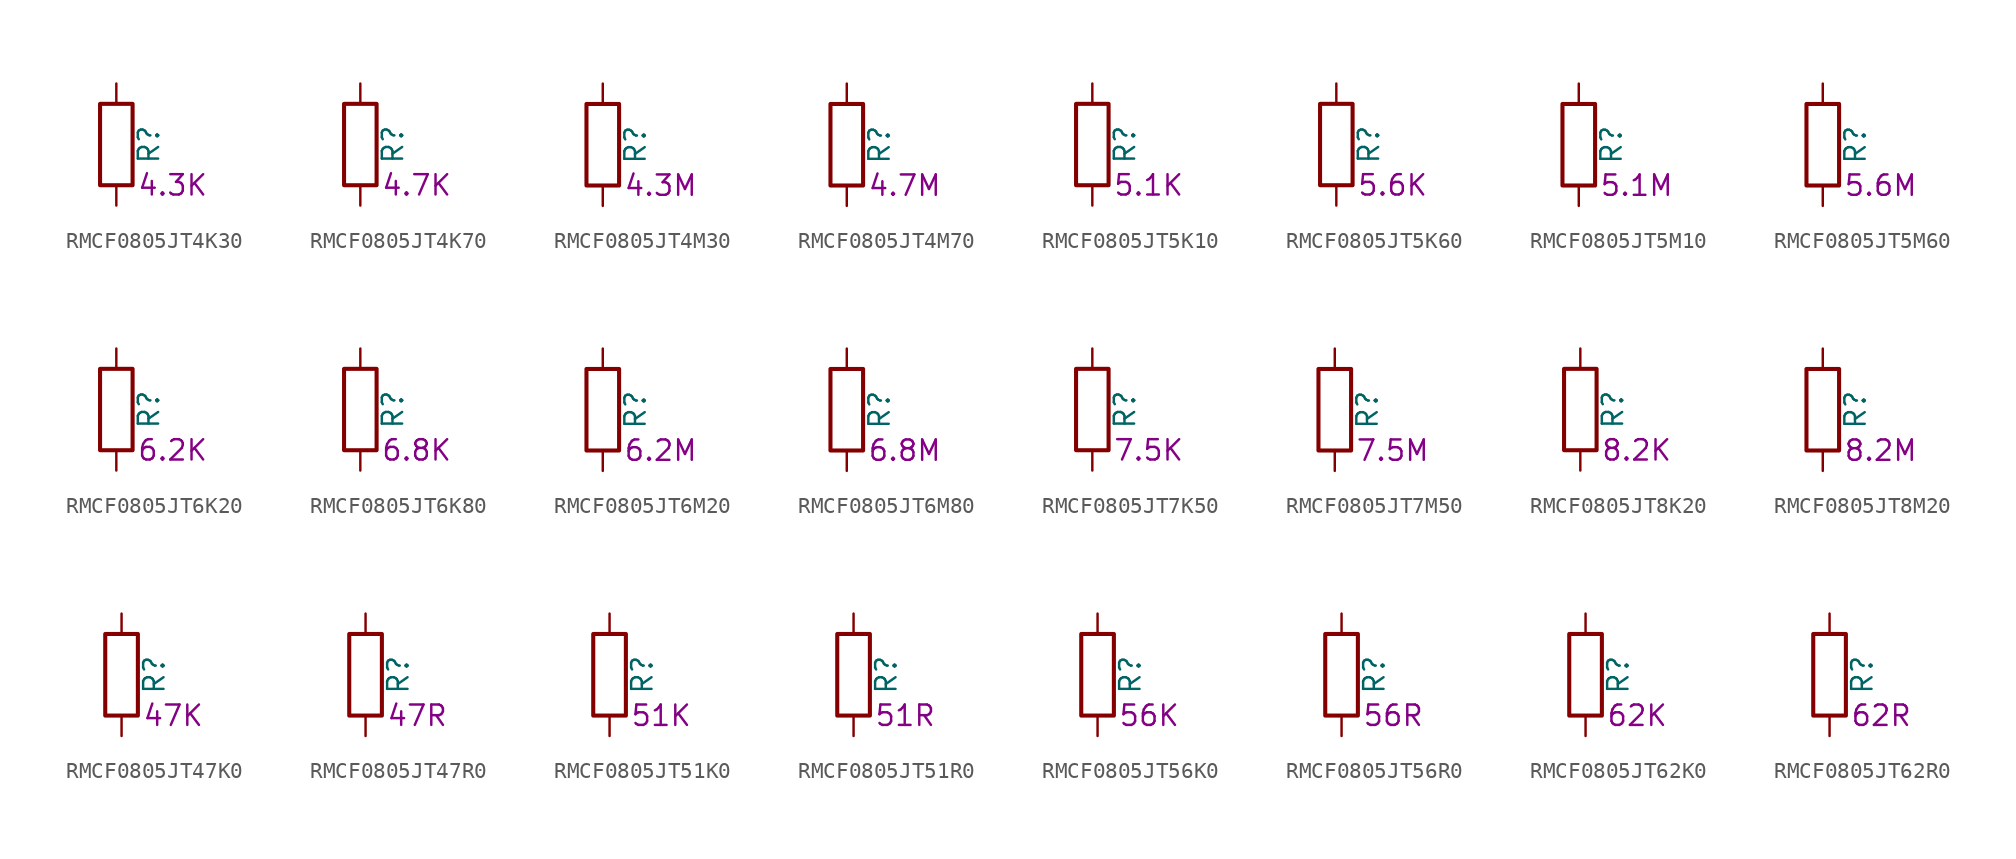
<source format=kicad_sym>
(kicad_symbol_lib
  (version 20220914)
  (generator kicad_symbol_editor)
  (symbol "RMCF0805JT4K30"
    (pin_numbers hide)
    (pin_names
      (offset 0))
    (property "Reference" "R"
      (at 2.032 0 90)
      (effects (font (size 1.27 1.27))))
    (property "Resistance" "4.3K"
      (at 1.27 -2.54 0)
      (effects (font (size 1.27 1.27)) (justify left)))
    (symbol "RMCF0805JT4K30_0_1"
      (rectangle (start -1.016 -2.54) (end 1.016 2.54) (stroke (width 0.254) (type default)) (fill (type none))))
    (symbol "RMCF0805JT4K30_1_1"
      (pin passive line (at 0 3.81 270) (length 1.27) (name "~" (effects (font (size 1.27 1.27)))) (number "1" (effects (font (size 1.27 1.27)))))
      (pin passive line (at 0 -3.81 90) (length 1.27) (name "~" (effects (font (size 1.27 1.27)))) (number "2" (effects (font (size 1.27 1.27)))))))
  (symbol "RMCF0805JT4K70"
    (pin_numbers hide)
    (pin_names
      (offset 0))
    (property "Reference" "R"
      (at 2.032 0 90)
      (effects (font (size 1.27 1.27))))
    (property "Resistance" "4.7K"
      (at 1.27 -2.54 0)
      (effects (font (size 1.27 1.27)) (justify left)))
    (symbol "RMCF0805JT4K70_0_1"
      (rectangle (start -1.016 -2.54) (end 1.016 2.54) (stroke (width 0.254) (type default)) (fill (type none))))
    (symbol "RMCF0805JT4K70_1_1"
      (pin passive line (at 0 3.81 270) (length 1.27) (name "~" (effects (font (size 1.27 1.27)))) (number "1" (effects (font (size 1.27 1.27)))))
      (pin passive line (at 0 -3.81 90) (length 1.27) (name "~" (effects (font (size 1.27 1.27)))) (number "2" (effects (font (size 1.27 1.27)))))))
  (symbol "RMCF0805JT4M30"
    (pin_numbers hide)
    (pin_names
      (offset 0))
    (property "Reference" "R"
      (at 2.032 0 90)
      (effects (font (size 1.27 1.27))))
    (property "Resistance" "4.3M"
      (at 1.27 -2.54 0)
      (effects (font (size 1.27 1.27)) (justify left)))
    (symbol "RMCF0805JT4M30_0_1"
      (rectangle (start -1.016 -2.54) (end 1.016 2.54) (stroke (width 0.254) (type default)) (fill (type none))))
    (symbol "RMCF0805JT4M30_1_1"
      (pin passive line (at 0 3.81 270) (length 1.27) (name "~" (effects (font (size 1.27 1.27)))) (number "1" (effects (font (size 1.27 1.27)))))
      (pin passive line (at 0 -3.81 90) (length 1.27) (name "~" (effects (font (size 1.27 1.27)))) (number "2" (effects (font (size 1.27 1.27)))))))
  (symbol "RMCF0805JT4M70"
    (pin_numbers hide)
    (pin_names
      (offset 0))
    (property "Reference" "R"
      (at 2.032 0 90)
      (effects (font (size 1.27 1.27))))
    (property "Resistance" "4.7M"
      (at 1.27 -2.54 0)
      (effects (font (size 1.27 1.27)) (justify left)))
    (symbol "RMCF0805JT4M70_0_1"
      (rectangle (start -1.016 -2.54) (end 1.016 2.54) (stroke (width 0.254) (type default)) (fill (type none))))
    (symbol "RMCF0805JT4M70_1_1"
      (pin passive line (at 0 3.81 270) (length 1.27) (name "~" (effects (font (size 1.27 1.27)))) (number "1" (effects (font (size 1.27 1.27)))))
      (pin passive line (at 0 -3.81 90) (length 1.27) (name "~" (effects (font (size 1.27 1.27)))) (number "2" (effects (font (size 1.27 1.27)))))))
  (symbol "RMCF0805JT5K10"
    (pin_numbers hide)
    (pin_names
      (offset 0))
    (property "Reference" "R"
      (at 2.032 0 90)
      (effects (font (size 1.27 1.27))))
    (property "Resistance" "5.1K"
      (at 1.27 -2.54 0)
      (effects (font (size 1.27 1.27)) (justify left)))
    (symbol "RMCF0805JT5K10_0_1"
      (rectangle (start -1.016 -2.54) (end 1.016 2.54) (stroke (width 0.254) (type default)) (fill (type none))))
    (symbol "RMCF0805JT5K10_1_1"
      (pin passive line (at 0 3.81 270) (length 1.27) (name "~" (effects (font (size 1.27 1.27)))) (number "1" (effects (font (size 1.27 1.27)))))
      (pin passive line (at 0 -3.81 90) (length 1.27) (name "~" (effects (font (size 1.27 1.27)))) (number "2" (effects (font (size 1.27 1.27)))))))
  (symbol "RMCF0805JT5K60"
    (pin_numbers hide)
    (pin_names
      (offset 0))
    (property "Reference" "R"
      (at 2.032 0 90)
      (effects (font (size 1.27 1.27))))
    (property "Resistance" "5.6K"
      (at 1.27 -2.54 0)
      (effects (font (size 1.27 1.27)) (justify left)))
    (symbol "RMCF0805JT5K60_0_1"
      (rectangle (start -1.016 -2.54) (end 1.016 2.54) (stroke (width 0.254) (type default)) (fill (type none))))
    (symbol "RMCF0805JT5K60_1_1"
      (pin passive line (at 0 3.81 270) (length 1.27) (name "~" (effects (font (size 1.27 1.27)))) (number "1" (effects (font (size 1.27 1.27)))))
      (pin passive line (at 0 -3.81 90) (length 1.27) (name "~" (effects (font (size 1.27 1.27)))) (number "2" (effects (font (size 1.27 1.27)))))))
  (symbol "RMCF0805JT5M10"
    (pin_numbers hide)
    (pin_names
      (offset 0))
    (property "Reference" "R"
      (at 2.032 0 90)
      (effects (font (size 1.27 1.27))))
    (property "Resistance" "5.1M"
      (at 1.27 -2.54 0)
      (effects (font (size 1.27 1.27)) (justify left)))
    (symbol "RMCF0805JT5M10_0_1"
      (rectangle (start -1.016 -2.54) (end 1.016 2.54) (stroke (width 0.254) (type default)) (fill (type none))))
    (symbol "RMCF0805JT5M10_1_1"
      (pin passive line (at 0 3.81 270) (length 1.27) (name "~" (effects (font (size 1.27 1.27)))) (number "1" (effects (font (size 1.27 1.27)))))
      (pin passive line (at 0 -3.81 90) (length 1.27) (name "~" (effects (font (size 1.27 1.27)))) (number "2" (effects (font (size 1.27 1.27)))))))
  (symbol "RMCF0805JT5M60"
    (pin_numbers hide)
    (pin_names
      (offset 0))
    (property "Reference" "R"
      (at 2.032 0 90)
      (effects (font (size 1.27 1.27))))
    (property "Resistance" "5.6M"
      (at 1.27 -2.54 0)
      (effects (font (size 1.27 1.27)) (justify left)))
    (symbol "RMCF0805JT5M60_0_1"
      (rectangle (start -1.016 -2.54) (end 1.016 2.54) (stroke (width 0.254) (type default)) (fill (type none))))
    (symbol "RMCF0805JT5M60_1_1"
      (pin passive line (at 0 3.81 270) (length 1.27) (name "~" (effects (font (size 1.27 1.27)))) (number "1" (effects (font (size 1.27 1.27)))))
      (pin passive line (at 0 -3.81 90) (length 1.27) (name "~" (effects (font (size 1.27 1.27)))) (number "2" (effects (font (size 1.27 1.27)))))))
  (symbol "RMCF0805JT6K20"
    (pin_numbers hide)
    (pin_names
      (offset 0))
    (property "Reference" "R"
      (at 2.032 0 90)
      (effects (font (size 1.27 1.27))))
    (property "Resistance" "6.2K"
      (at 1.27 -2.54 0)
      (effects (font (size 1.27 1.27)) (justify left)))
    (symbol "RMCF0805JT6K20_0_1"
      (rectangle (start -1.016 -2.54) (end 1.016 2.54) (stroke (width 0.254) (type default)) (fill (type none))))
    (symbol "RMCF0805JT6K20_1_1"
      (pin passive line (at 0 3.81 270) (length 1.27) (name "~" (effects (font (size 1.27 1.27)))) (number "1" (effects (font (size 1.27 1.27)))))
      (pin passive line (at 0 -3.81 90) (length 1.27) (name "~" (effects (font (size 1.27 1.27)))) (number "2" (effects (font (size 1.27 1.27)))))))
  (symbol "RMCF0805JT6K80"
    (pin_numbers hide)
    (pin_names
      (offset 0))
    (property "Reference" "R"
      (at 2.032 0 90)
      (effects (font (size 1.27 1.27))))
    (property "Resistance" "6.8K"
      (at 1.27 -2.54 0)
      (effects (font (size 1.27 1.27)) (justify left)))
    (symbol "RMCF0805JT6K80_0_1"
      (rectangle (start -1.016 -2.54) (end 1.016 2.54) (stroke (width 0.254) (type default)) (fill (type none))))
    (symbol "RMCF0805JT6K80_1_1"
      (pin passive line (at 0 3.81 270) (length 1.27) (name "~" (effects (font (size 1.27 1.27)))) (number "1" (effects (font (size 1.27 1.27)))))
      (pin passive line (at 0 -3.81 90) (length 1.27) (name "~" (effects (font (size 1.27 1.27)))) (number "2" (effects (font (size 1.27 1.27)))))))
  (symbol "RMCF0805JT6M20"
    (pin_numbers hide)
    (pin_names
      (offset 0))
    (property "Reference" "R"
      (at 2.032 0 90)
      (effects (font (size 1.27 1.27))))
    (property "Resistance" "6.2M"
      (at 1.27 -2.54 0)
      (effects (font (size 1.27 1.27)) (justify left)))
    (symbol "RMCF0805JT6M20_0_1"
      (rectangle (start -1.016 -2.54) (end 1.016 2.54) (stroke (width 0.254) (type default)) (fill (type none))))
    (symbol "RMCF0805JT6M20_1_1"
      (pin passive line (at 0 3.81 270) (length 1.27) (name "~" (effects (font (size 1.27 1.27)))) (number "1" (effects (font (size 1.27 1.27)))))
      (pin passive line (at 0 -3.81 90) (length 1.27) (name "~" (effects (font (size 1.27 1.27)))) (number "2" (effects (font (size 1.27 1.27)))))))
  (symbol "RMCF0805JT6M80"
    (pin_numbers hide)
    (pin_names
      (offset 0))
    (property "Reference" "R"
      (at 2.032 0 90)
      (effects (font (size 1.27 1.27))))
    (property "Resistance" "6.8M"
      (at 1.27 -2.54 0)
      (effects (font (size 1.27 1.27)) (justify left)))
    (symbol "RMCF0805JT6M80_0_1"
      (rectangle (start -1.016 -2.54) (end 1.016 2.54) (stroke (width 0.254) (type default)) (fill (type none))))
    (symbol "RMCF0805JT6M80_1_1"
      (pin passive line (at 0 3.81 270) (length 1.27) (name "~" (effects (font (size 1.27 1.27)))) (number "1" (effects (font (size 1.27 1.27)))))
      (pin passive line (at 0 -3.81 90) (length 1.27) (name "~" (effects (font (size 1.27 1.27)))) (number "2" (effects (font (size 1.27 1.27)))))))
  (symbol "RMCF0805JT7K50"
    (pin_numbers hide)
    (pin_names
      (offset 0))
    (property "Reference" "R"
      (at 2.032 0 90)
      (effects (font (size 1.27 1.27))))
    (property "Resistance" "7.5K"
      (at 1.27 -2.54 0)
      (effects (font (size 1.27 1.27)) (justify left)))
    (symbol "RMCF0805JT7K50_0_1"
      (rectangle (start -1.016 -2.54) (end 1.016 2.54) (stroke (width 0.254) (type default)) (fill (type none))))
    (symbol "RMCF0805JT7K50_1_1"
      (pin passive line (at 0 3.81 270) (length 1.27) (name "~" (effects (font (size 1.27 1.27)))) (number "1" (effects (font (size 1.27 1.27)))))
      (pin passive line (at 0 -3.81 90) (length 1.27) (name "~" (effects (font (size 1.27 1.27)))) (number "2" (effects (font (size 1.27 1.27)))))))
  (symbol "RMCF0805JT7M50"
    (pin_numbers hide)
    (pin_names
      (offset 0))
    (property "Reference" "R"
      (at 2.032 0 90)
      (effects (font (size 1.27 1.27))))
    (property "Resistance" "7.5M"
      (at 1.27 -2.54 0)
      (effects (font (size 1.27 1.27)) (justify left)))
    (symbol "RMCF0805JT7M50_0_1"
      (rectangle (start -1.016 -2.54) (end 1.016 2.54) (stroke (width 0.254) (type default)) (fill (type none))))
    (symbol "RMCF0805JT7M50_1_1"
      (pin passive line (at 0 3.81 270) (length 1.27) (name "~" (effects (font (size 1.27 1.27)))) (number "1" (effects (font (size 1.27 1.27)))))
      (pin passive line (at 0 -3.81 90) (length 1.27) (name "~" (effects (font (size 1.27 1.27)))) (number "2" (effects (font (size 1.27 1.27)))))))
  (symbol "RMCF0805JT8K20"
    (pin_numbers hide)
    (pin_names
      (offset 0))
    (property "Reference" "R"
      (at 2.032 0 90)
      (effects (font (size 1.27 1.27))))
    (property "Resistance" "8.2K"
      (at 1.27 -2.54 0)
      (effects (font (size 1.27 1.27)) (justify left)))
    (symbol "RMCF0805JT8K20_0_1"
      (rectangle (start -1.016 -2.54) (end 1.016 2.54) (stroke (width 0.254) (type default)) (fill (type none))))
    (symbol "RMCF0805JT8K20_1_1"
      (pin passive line (at 0 3.81 270) (length 1.27) (name "~" (effects (font (size 1.27 1.27)))) (number "1" (effects (font (size 1.27 1.27)))))
      (pin passive line (at 0 -3.81 90) (length 1.27) (name "~" (effects (font (size 1.27 1.27)))) (number "2" (effects (font (size 1.27 1.27)))))))
  (symbol "RMCF0805JT8M20"
    (pin_numbers hide)
    (pin_names
      (offset 0))
    (property "Reference" "R"
      (at 2.032 0 90)
      (effects (font (size 1.27 1.27))))
    (property "Resistance" "8.2M"
      (at 1.27 -2.54 0)
      (effects (font (size 1.27 1.27)) (justify left)))
    (symbol "RMCF0805JT8M20_0_1"
      (rectangle (start -1.016 -2.54) (end 1.016 2.54) (stroke (width 0.254) (type default)) (fill (type none))))
    (symbol "RMCF0805JT8M20_1_1"
      (pin passive line (at 0 3.81 270) (length 1.27) (name "~" (effects (font (size 1.27 1.27)))) (number "1" (effects (font (size 1.27 1.27)))))
      (pin passive line (at 0 -3.81 90) (length 1.27) (name "~" (effects (font (size 1.27 1.27)))) (number "2" (effects (font (size 1.27 1.27)))))))
  (symbol "RMCF0805JT47K0"
    (pin_numbers hide)
    (pin_names
      (offset 0))
    (property "Reference" "R"
      (at 2.032 0 90)
      (effects (font (size 1.27 1.27))))
    (property "Resistance" "47K"
      (at 1.27 -2.54 0)
      (effects (font (size 1.27 1.27)) (justify left)))
    (symbol "RMCF0805JT47K0_0_1"
      (rectangle (start -1.016 -2.54) (end 1.016 2.54) (stroke (width 0.254) (type default)) (fill (type none))))
    (symbol "RMCF0805JT47K0_1_1"
      (pin passive line (at 0 3.81 270) (length 1.27) (name "~" (effects (font (size 1.27 1.27)))) (number "1" (effects (font (size 1.27 1.27)))))
      (pin passive line (at 0 -3.81 90) (length 1.27) (name "~" (effects (font (size 1.27 1.27)))) (number "2" (effects (font (size 1.27 1.27)))))))
  (symbol "RMCF0805JT47R0"
    (pin_numbers hide)
    (pin_names
      (offset 0))
    (property "Reference" "R"
      (at 2.032 0 90)
      (effects (font (size 1.27 1.27))))
    (property "Resistance" "47R"
      (at 1.27 -2.54 0)
      (effects (font (size 1.27 1.27)) (justify left)))
    (symbol "RMCF0805JT47R0_0_1"
      (rectangle (start -1.016 -2.54) (end 1.016 2.54) (stroke (width 0.254) (type default)) (fill (type none))))
    (symbol "RMCF0805JT47R0_1_1"
      (pin passive line (at 0 3.81 270) (length 1.27) (name "~" (effects (font (size 1.27 1.27)))) (number "1" (effects (font (size 1.27 1.27)))))
      (pin passive line (at 0 -3.81 90) (length 1.27) (name "~" (effects (font (size 1.27 1.27)))) (number "2" (effects (font (size 1.27 1.27)))))))
  (symbol "RMCF0805JT51K0"
    (pin_numbers hide)
    (pin_names
      (offset 0))
    (property "Reference" "R"
      (at 2.032 0 90)
      (effects (font (size 1.27 1.27))))
    (property "Resistance" "51K"
      (at 1.27 -2.54 0)
      (effects (font (size 1.27 1.27)) (justify left)))
    (symbol "RMCF0805JT51K0_0_1"
      (rectangle (start -1.016 -2.54) (end 1.016 2.54) (stroke (width 0.254) (type default)) (fill (type none))))
    (symbol "RMCF0805JT51K0_1_1"
      (pin passive line (at 0 3.81 270) (length 1.27) (name "~" (effects (font (size 1.27 1.27)))) (number "1" (effects (font (size 1.27 1.27)))))
      (pin passive line (at 0 -3.81 90) (length 1.27) (name "~" (effects (font (size 1.27 1.27)))) (number "2" (effects (font (size 1.27 1.27)))))))
  (symbol "RMCF0805JT51R0"
    (pin_numbers hide)
    (pin_names
      (offset 0))
    (property "Reference" "R"
      (at 2.032 0 90)
      (effects (font (size 1.27 1.27))))
    (property "Resistance" "51R"
      (at 1.27 -2.54 0)
      (effects (font (size 1.27 1.27)) (justify left)))
    (symbol "RMCF0805JT51R0_0_1"
      (rectangle (start -1.016 -2.54) (end 1.016 2.54) (stroke (width 0.254) (type default)) (fill (type none))))
    (symbol "RMCF0805JT51R0_1_1"
      (pin passive line (at 0 3.81 270) (length 1.27) (name "~" (effects (font (size 1.27 1.27)))) (number "1" (effects (font (size 1.27 1.27)))))
      (pin passive line (at 0 -3.81 90) (length 1.27) (name "~" (effects (font (size 1.27 1.27)))) (number "2" (effects (font (size 1.27 1.27)))))))
  (symbol "RMCF0805JT56K0"
    (pin_numbers hide)
    (pin_names
      (offset 0))
    (property "Reference" "R"
      (at 2.032 0 90)
      (effects (font (size 1.27 1.27))))
    (property "Resistance" "56K"
      (at 1.27 -2.54 0)
      (effects (font (size 1.27 1.27)) (justify left)))
    (symbol "RMCF0805JT56K0_0_1"
      (rectangle (start -1.016 -2.54) (end 1.016 2.54) (stroke (width 0.254) (type default)) (fill (type none))))
    (symbol "RMCF0805JT56K0_1_1"
      (pin passive line (at 0 3.81 270) (length 1.27) (name "~" (effects (font (size 1.27 1.27)))) (number "1" (effects (font (size 1.27 1.27)))))
      (pin passive line (at 0 -3.81 90) (length 1.27) (name "~" (effects (font (size 1.27 1.27)))) (number "2" (effects (font (size 1.27 1.27)))))))
  (symbol "RMCF0805JT56R0"
    (pin_numbers hide)
    (pin_names
      (offset 0))
    (property "Reference" "R"
      (at 2.032 0 90)
      (effects (font (size 1.27 1.27))))
    (property "Resistance" "56R"
      (at 1.27 -2.54 0)
      (effects (font (size 1.27 1.27)) (justify left)))
    (symbol "RMCF0805JT56R0_0_1"
      (rectangle (start -1.016 -2.54) (end 1.016 2.54) (stroke (width 0.254) (type default)) (fill (type none))))
    (symbol "RMCF0805JT56R0_1_1"
      (pin passive line (at 0 3.81 270) (length 1.27) (name "~" (effects (font (size 1.27 1.27)))) (number "1" (effects (font (size 1.27 1.27)))))
      (pin passive line (at 0 -3.81 90) (length 1.27) (name "~" (effects (font (size 1.27 1.27)))) (number "2" (effects (font (size 1.27 1.27)))))))
  (symbol "RMCF0805JT62K0"
    (pin_numbers hide)
    (pin_names
      (offset 0))
    (property "Reference" "R"
      (at 2.032 0 90)
      (effects (font (size 1.27 1.27))))
    (property "Resistance" "62K"
      (at 1.27 -2.54 0)
      (effects (font (size 1.27 1.27)) (justify left)))
    (symbol "RMCF0805JT62K0_0_1"
      (rectangle (start -1.016 -2.54) (end 1.016 2.54) (stroke (width 0.254) (type default)) (fill (type none))))
    (symbol "RMCF0805JT62K0_1_1"
      (pin passive line (at 0 3.81 270) (length 1.27) (name "~" (effects (font (size 1.27 1.27)))) (number "1" (effects (font (size 1.27 1.27)))))
      (pin passive line (at 0 -3.81 90) (length 1.27) (name "~" (effects (font (size 1.27 1.27)))) (number "2" (effects (font (size 1.27 1.27)))))))
  (symbol "RMCF0805JT62R0"
    (pin_numbers hide)
    (pin_names
      (offset 0))
    (property "Reference" "R"
      (at 2.032 0 90)
      (effects (font (size 1.27 1.27))))
    (property "Resistance" "62R"
      (at 1.27 -2.54 0)
      (effects (font (size 1.27 1.27)) (justify left)))
    (symbol "RMCF0805JT62R0_0_1"
      (rectangle (start -1.016 -2.54) (end 1.016 2.54) (stroke (width 0.254) (type default)) (fill (type none))))
    (symbol "RMCF0805JT62R0_1_1"
      (pin passive line (at 0 3.81 270) (length 1.27) (name "~" (effects (font (size 1.27 1.27)))) (number "1" (effects (font (size 1.27 1.27)))))
      (pin passive line (at 0 -3.81 90) (length 1.27) (name "~" (effects (font (size 1.27 1.27)))) (number "2" (effects (font (size 1.27 1.27))))))))
</source>
